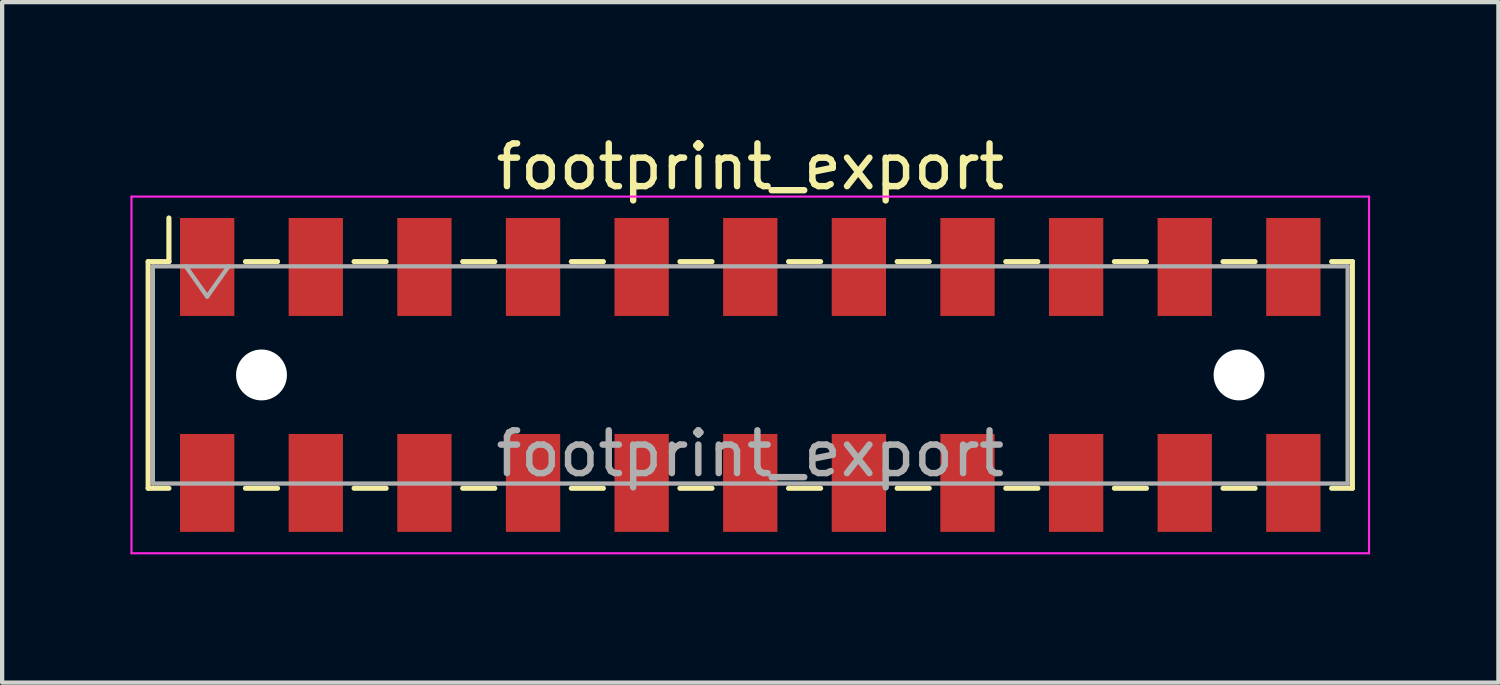
<source format=kicad_pcb>
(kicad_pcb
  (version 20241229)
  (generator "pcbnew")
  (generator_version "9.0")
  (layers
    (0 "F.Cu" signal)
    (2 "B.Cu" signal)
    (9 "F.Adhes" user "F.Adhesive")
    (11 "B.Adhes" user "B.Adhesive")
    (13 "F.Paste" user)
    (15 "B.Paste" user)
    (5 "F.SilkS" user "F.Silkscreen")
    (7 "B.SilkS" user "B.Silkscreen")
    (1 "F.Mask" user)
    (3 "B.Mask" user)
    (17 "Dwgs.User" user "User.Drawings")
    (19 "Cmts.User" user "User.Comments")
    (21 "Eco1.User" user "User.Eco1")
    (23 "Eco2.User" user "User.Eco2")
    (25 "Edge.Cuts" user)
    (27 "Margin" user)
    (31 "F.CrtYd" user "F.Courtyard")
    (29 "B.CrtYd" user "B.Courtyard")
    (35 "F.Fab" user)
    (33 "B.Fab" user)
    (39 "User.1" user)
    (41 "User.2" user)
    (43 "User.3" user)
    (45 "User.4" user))
  (footprint "footprint_export"
    (layer "F.Cu")
    (at 14.495 5.718)
    (property "Reference" "footprint_export" (at 0 -4.87 0) (layer "F.SilkS") (effects (font (size 1 1) (thickness 0.15))))
    (attr smd)
    (fp_line (start -14.08 -2.65) (end -14.08 2.65) (stroke (width 0.12) (type solid)) (layer "F.SilkS"))
    (fp_line (start -14.08 2.65) (end -13.595 2.65) (stroke (width 0.12) (type solid)) (layer "F.SilkS"))
    (fp_line (start -13.595 -3.67) (end -13.595 -2.65) (stroke (width 0.12) (type solid)) (layer "F.SilkS"))
    (fp_line (start -13.595 -2.65) (end -14.08 -2.65) (stroke (width 0.12) (type solid)) (layer "F.SilkS"))
    (fp_line (start -11.805 -2.65) (end -11.055 -2.65) (stroke (width 0.12) (type solid)) (layer "F.SilkS"))
    (fp_line (start -11.805 2.65) (end -11.055 2.65) (stroke (width 0.12) (type solid)) (layer "F.SilkS"))
    (fp_line (start -9.265 -2.65) (end -8.515 -2.65) (stroke (width 0.12) (type solid)) (layer "F.SilkS"))
    (fp_line (start -9.265 2.65) (end -8.515 2.65) (stroke (width 0.12) (type solid)) (layer "F.SilkS"))
    (fp_line (start -6.725 -2.65) (end -5.975 -2.65) (stroke (width 0.12) (type solid)) (layer "F.SilkS"))
    (fp_line (start -6.725 2.65) (end -5.975 2.65) (stroke (width 0.12) (type solid)) (layer "F.SilkS"))
    (fp_line (start -4.185 -2.65) (end -3.435 -2.65) (stroke (width 0.12) (type solid)) (layer "F.SilkS"))
    (fp_line (start -4.185 2.65) (end -3.435 2.65) (stroke (width 0.12) (type solid)) (layer "F.SilkS"))
    (fp_line (start -1.645 -2.65) (end -0.895 -2.65) (stroke (width 0.12) (type solid)) (layer "F.SilkS"))
    (fp_line (start -1.645 2.65) (end -0.895 2.65) (stroke (width 0.12) (type solid)) (layer "F.SilkS"))
    (fp_line (start 0.895 -2.65) (end 1.645 -2.65) (stroke (width 0.12) (type solid)) (layer "F.SilkS"))
    (fp_line (start 0.895 2.65) (end 1.645 2.65) (stroke (width 0.12) (type solid)) (layer "F.SilkS"))
    (fp_line (start 3.435 -2.65) (end 4.185 -2.65) (stroke (width 0.12) (type solid)) (layer "F.SilkS"))
    (fp_line (start 3.435 2.65) (end 4.185 2.65) (stroke (width 0.12) (type solid)) (layer "F.SilkS"))
    (fp_line (start 5.975 -2.65) (end 6.725 -2.65) (stroke (width 0.12) (type solid)) (layer "F.SilkS"))
    (fp_line (start 5.975 2.65) (end 6.725 2.65) (stroke (width 0.12) (type solid)) (layer "F.SilkS"))
    (fp_line (start 8.515 -2.65) (end 9.265 -2.65) (stroke (width 0.12) (type solid)) (layer "F.SilkS"))
    (fp_line (start 8.515 2.65) (end 9.265 2.65) (stroke (width 0.12) (type solid)) (layer "F.SilkS"))
    (fp_line (start 11.055 -2.65) (end 11.805 -2.65) (stroke (width 0.12) (type solid)) (layer "F.SilkS"))
    (fp_line (start 11.055 2.65) (end 11.805 2.65) (stroke (width 0.12) (type solid)) (layer "F.SilkS"))
    (fp_line (start 13.595 -2.65) (end 14.08 -2.65) (stroke (width 0.12) (type solid)) (layer "F.SilkS"))
    (fp_line (start 14.08 -2.65) (end 14.08 2.65) (stroke (width 0.12) (type solid)) (layer "F.SilkS"))
    (fp_line (start 14.08 2.65) (end 13.595 2.65) (stroke (width 0.12) (type solid)) (layer "F.SilkS"))
    (fp_line (start -14.47 -4.17) (end 14.47 -4.17) (stroke (width 0.05) (type solid)) (layer "F.CrtYd"))
    (fp_line (start -14.47 4.17) (end -14.47 -4.17) (stroke (width 0.05) (type solid)) (layer "F.CrtYd"))
    (fp_line (start 14.47 -4.17) (end 14.47 4.17) (stroke (width 0.05) (type solid)) (layer "F.CrtYd"))
    (fp_line (start 14.47 4.17) (end -14.47 4.17) (stroke (width 0.05) (type solid)) (layer "F.CrtYd"))
    (fp_line (start -13.97 -2.54) (end 13.97 -2.54) (stroke (width 0.1) (type solid)) (layer "F.Fab"))
    (fp_line (start -13.97 2.54) (end -13.97 -2.54) (stroke (width 0.1) (type solid)) (layer "F.Fab"))
    (fp_line (start -13.2 -2.54) (end -12.7 -1.833) (stroke (width 0.1) (type solid)) (layer "F.Fab"))
    (fp_line (start -12.7 -1.833) (end -12.2 -2.54) (stroke (width 0.1) (type solid)) (layer "F.Fab"))
    (fp_line (start 13.97 -2.54) (end 13.97 2.54) (stroke (width 0.1) (type solid)) (layer "F.Fab"))
    (fp_line (start 13.97 2.54) (end -13.97 2.54) (stroke (width 0.1) (type solid)) (layer "F.Fab"))
    (fp_text user "${REFERENCE}" (at 0 1.84 0) (layer "F.Fab") (effects (font (size 1 1) (thickness 0.15))))
    (pad "" np_thru_hole circle (at -11.43 0) (size 1.19 1.19) (drill 1.19) (layers "*.Cu" "*.Mask"))
    (pad "" np_thru_hole circle (at 11.43 0) (size 1.19 1.19) (drill 1.19) (layers "*.Cu" "*.Mask"))
    (pad "1" smd rect (at -12.7 -2.525) (size 1.27 2.29) (layers "F.Cu" "F.Mask" "F.Paste"))
    (pad "2" smd rect (at -12.7 2.525) (size 1.27 2.29) (layers "F.Cu" "F.Mask" "F.Paste"))
    (pad "3" smd rect (at -10.16 -2.525) (size 1.27 2.29) (layers "F.Cu" "F.Mask" "F.Paste"))
    (pad "4" smd rect (at -10.16 2.525) (size 1.27 2.29) (layers "F.Cu" "F.Mask" "F.Paste"))
    (pad "5" smd rect (at -7.62 -2.525) (size 1.27 2.29) (layers "F.Cu" "F.Mask" "F.Paste"))
    (pad "6" smd rect (at -7.62 2.525) (size 1.27 2.29) (layers "F.Cu" "F.Mask" "F.Paste"))
    (pad "7" smd rect (at -5.08 -2.525) (size 1.27 2.29) (layers "F.Cu" "F.Mask" "F.Paste"))
    (pad "8" smd rect (at -5.08 2.525) (size 1.27 2.29) (layers "F.Cu" "F.Mask" "F.Paste"))
    (pad "9" smd rect (at -2.54 -2.525) (size 1.27 2.29) (layers "F.Cu" "F.Mask" "F.Paste"))
    (pad "10" smd rect (at -2.54 2.525) (size 1.27 2.29) (layers "F.Cu" "F.Mask" "F.Paste"))
    (pad "11" smd rect (at 0 -2.525) (size 1.27 2.29) (layers "F.Cu" "F.Mask" "F.Paste"))
    (pad "12" smd rect (at 0 2.525) (size 1.27 2.29) (layers "F.Cu" "F.Mask" "F.Paste"))
    (pad "13" smd rect (at 2.54 -2.525) (size 1.27 2.29) (layers "F.Cu" "F.Mask" "F.Paste"))
    (pad "14" smd rect (at 2.54 2.525) (size 1.27 2.29) (layers "F.Cu" "F.Mask" "F.Paste"))
    (pad "15" smd rect (at 5.08 -2.525) (size 1.27 2.29) (layers "F.Cu" "F.Mask" "F.Paste"))
    (pad "16" smd rect (at 5.08 2.525) (size 1.27 2.29) (layers "F.Cu" "F.Mask" "F.Paste"))
    (pad "17" smd rect (at 7.62 -2.525) (size 1.27 2.29) (layers "F.Cu" "F.Mask" "F.Paste"))
    (pad "18" smd rect (at 7.62 2.525) (size 1.27 2.29) (layers "F.Cu" "F.Mask" "F.Paste"))
    (pad "19" smd rect (at 10.16 -2.525) (size 1.27 2.29) (layers "F.Cu" "F.Mask" "F.Paste"))
    (pad "20" smd rect (at 10.16 2.525) (size 1.27 2.29) (layers "F.Cu" "F.Mask" "F.Paste"))
    (pad "21" smd rect (at 12.7 -2.525) (size 1.27 2.29) (layers "F.Cu" "F.Mask" "F.Paste"))
    (pad "22" smd rect (at 12.7 2.525) (size 1.27 2.29) (layers "F.Cu" "F.Mask" "F.Paste")))
  (gr_rect
    (start -3 -3)
    (end 31.99 12.913)
    (stroke (width 0.1) (type default))
    (fill no)
    (layer "Edge.Cuts")))
</source>
